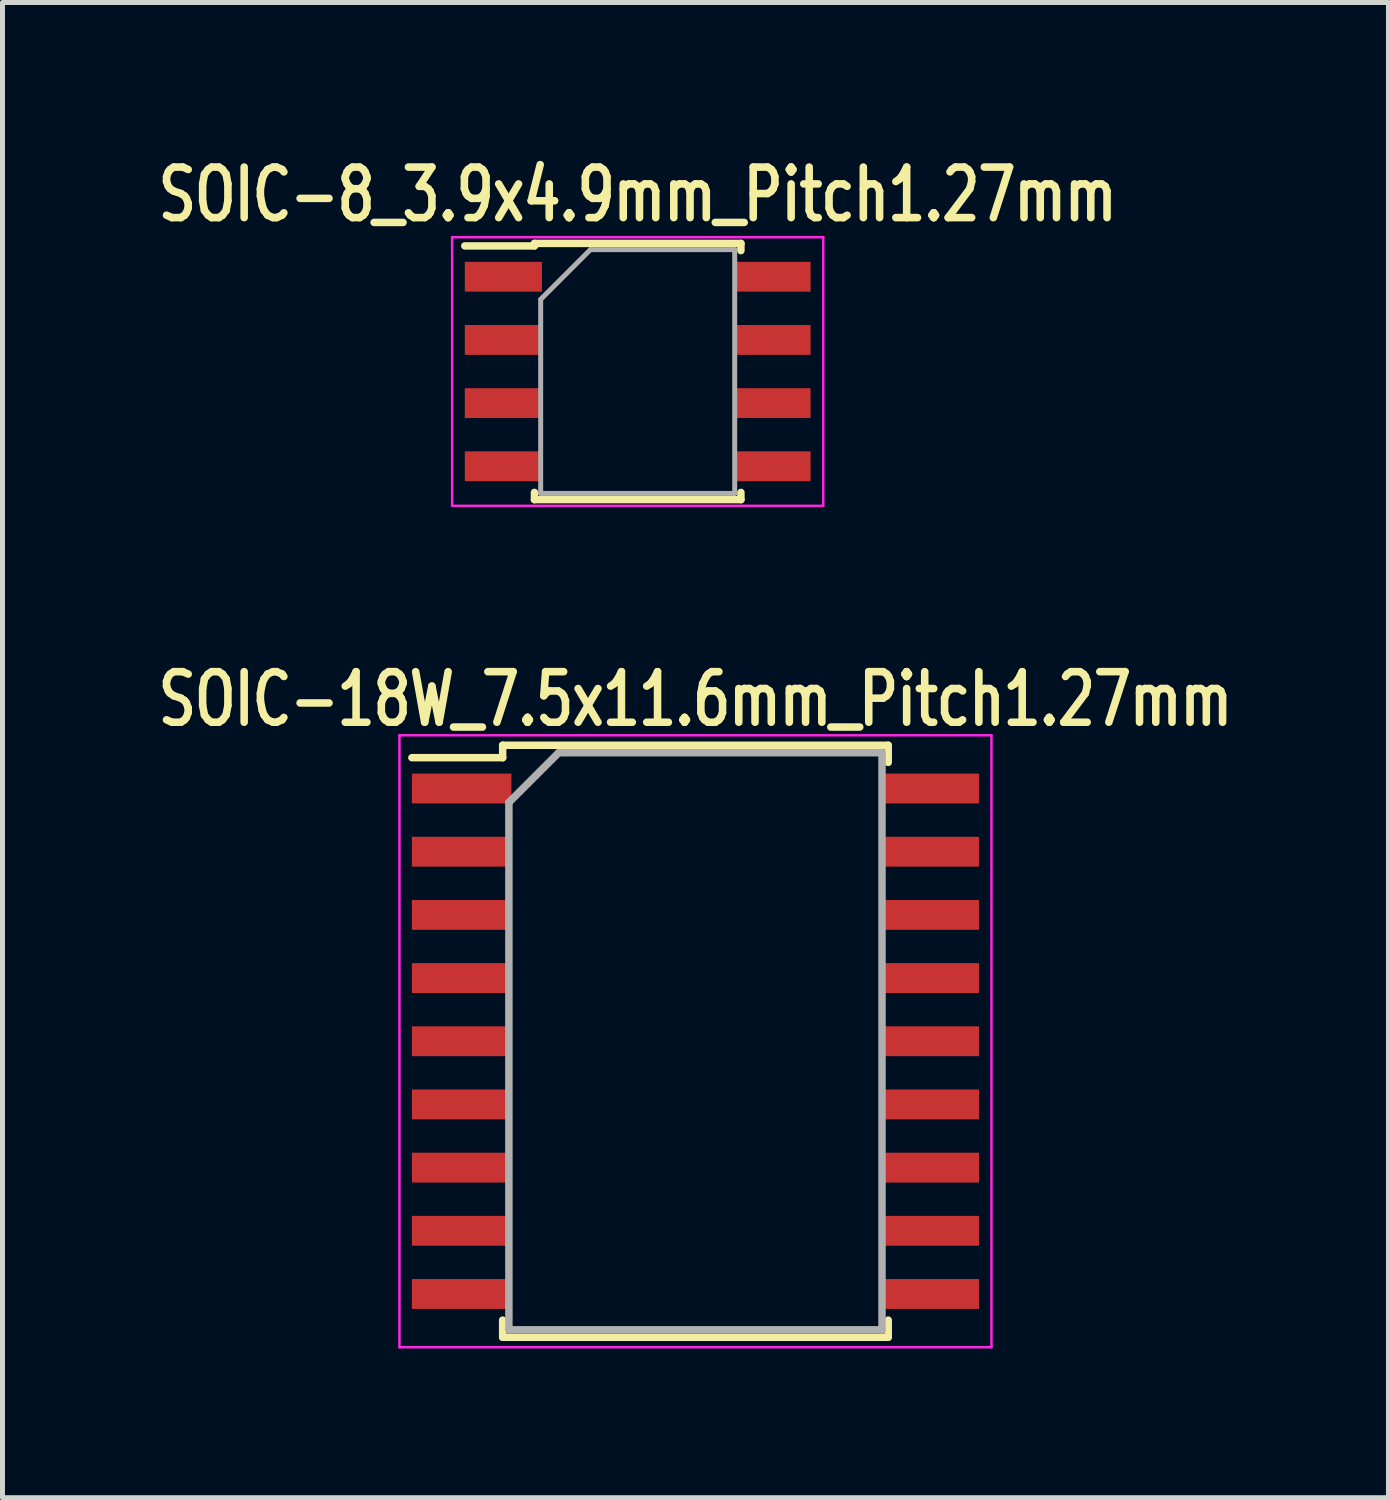
<source format=kicad_pcb>
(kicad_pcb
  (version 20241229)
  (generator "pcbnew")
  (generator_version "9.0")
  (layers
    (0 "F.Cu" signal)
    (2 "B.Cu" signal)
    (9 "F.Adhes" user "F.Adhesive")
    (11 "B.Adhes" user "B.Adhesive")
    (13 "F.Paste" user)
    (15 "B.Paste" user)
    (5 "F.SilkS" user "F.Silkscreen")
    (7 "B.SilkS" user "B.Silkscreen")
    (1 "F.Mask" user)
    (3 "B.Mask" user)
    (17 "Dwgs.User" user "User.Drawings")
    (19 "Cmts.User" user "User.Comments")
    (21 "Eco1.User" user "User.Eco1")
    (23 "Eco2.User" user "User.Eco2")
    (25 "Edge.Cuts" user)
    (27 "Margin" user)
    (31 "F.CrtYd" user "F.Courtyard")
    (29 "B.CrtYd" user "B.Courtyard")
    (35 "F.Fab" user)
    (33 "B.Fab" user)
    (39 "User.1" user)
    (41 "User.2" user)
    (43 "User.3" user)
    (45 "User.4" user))
  (footprint "SOIC-18W_7.5x11.6mm_Pitch1.27mm"
    (layer "F.Cu")
    (at 10.929 17.88)
    (property "Reference" "SOIC-18W_7.5x11.6mm_Pitch1.27mm" (at 0 -6.875 0) (layer "F.SilkS") (effects (font (size 1.016 0.762) (thickness 0.152))))
    (attr smd)
    (fp_line (start -3.875 -5.95) (end -3.875 -5.7) (stroke (width 0.15) (type solid)) (layer "F.SilkS"))
    (fp_line (start -3.875 -5.95) (end 3.875 -5.95) (stroke (width 0.15) (type solid)) (layer "F.SilkS"))
    (fp_line (start -3.875 -5.7) (end -5.7 -5.7) (stroke (width 0.15) (type solid)) (layer "F.SilkS"))
    (fp_line (start -3.875 5.95) (end -3.875 5.605) (stroke (width 0.15) (type solid)) (layer "F.SilkS"))
    (fp_line (start -3.875 5.95) (end 3.875 5.95) (stroke (width 0.15) (type solid)) (layer "F.SilkS"))
    (fp_line (start 3.875 -5.95) (end 3.875 -5.605) (stroke (width 0.15) (type solid)) (layer "F.SilkS"))
    (fp_line (start 3.875 5.95) (end 3.875 5.605) (stroke (width 0.15) (type solid)) (layer "F.SilkS"))
    (fp_line (start -5.95 -6.15) (end -5.95 6.15) (stroke (width 0.05) (type solid)) (layer "F.CrtYd"))
    (fp_line (start -5.95 -6.15) (end 5.95 -6.15) (stroke (width 0.05) (type solid)) (layer "F.CrtYd"))
    (fp_line (start -5.95 6.15) (end 5.95 6.15) (stroke (width 0.05) (type solid)) (layer "F.CrtYd"))
    (fp_line (start 5.95 -6.15) (end 5.95 6.15) (stroke (width 0.05) (type solid)) (layer "F.CrtYd"))
    (fp_line (start -3.75 -4.8) (end -2.75 -5.8) (stroke (width 0.15) (type solid)) (layer "F.Fab"))
    (fp_line (start -3.75 5.8) (end -3.75 -4.8) (stroke (width 0.15) (type solid)) (layer "F.Fab"))
    (fp_line (start -2.75 -5.8) (end 3.75 -5.8) (stroke (width 0.15) (type solid)) (layer "F.Fab"))
    (fp_line (start 3.75 -5.8) (end 3.75 5.8) (stroke (width 0.15) (type solid)) (layer "F.Fab"))
    (fp_line (start 3.75 5.8) (end -3.75 5.8) (stroke (width 0.15) (type solid)) (layer "F.Fab"))
    (pad "1" smd rect (at -4.7 -5.08) (size 2 0.6) (layers "F.Cu" "F.Mask" "F.Paste"))
    (pad "2" smd rect (at -4.7 -3.81) (size 2 0.6) (layers "F.Cu" "F.Mask" "F.Paste"))
    (pad "3" smd rect (at -4.7 -2.54) (size 2 0.6) (layers "F.Cu" "F.Mask" "F.Paste"))
    (pad "4" smd rect (at -4.7 -1.27) (size 2 0.6) (layers "F.Cu" "F.Mask" "F.Paste"))
    (pad "5" smd rect (at -4.7 0) (size 2 0.6) (layers "F.Cu" "F.Mask" "F.Paste"))
    (pad "6" smd rect (at -4.7 1.27) (size 2 0.6) (layers "F.Cu" "F.Mask" "F.Paste"))
    (pad "7" smd rect (at -4.7 2.54) (size 2 0.6) (layers "F.Cu" "F.Mask" "F.Paste"))
    (pad "8" smd rect (at -4.7 3.81) (size 2 0.6) (layers "F.Cu" "F.Mask" "F.Paste"))
    (pad "9" smd rect (at -4.7 5.08) (size 2 0.6) (layers "F.Cu" "F.Mask" "F.Paste"))
    (pad "10" smd rect (at 4.7 5.08) (size 2 0.6) (layers "F.Cu" "F.Mask" "F.Paste"))
    (pad "11" smd rect (at 4.7 3.81) (size 2 0.6) (layers "F.Cu" "F.Mask" "F.Paste"))
    (pad "12" smd rect (at 4.7 2.54) (size 2 0.6) (layers "F.Cu" "F.Mask" "F.Paste"))
    (pad "13" smd rect (at 4.7 1.27) (size 2 0.6) (layers "F.Cu" "F.Mask" "F.Paste"))
    (pad "14" smd rect (at 4.7 0) (size 2 0.6) (layers "F.Cu" "F.Mask" "F.Paste"))
    (pad "15" smd rect (at 4.7 -1.27) (size 2 0.6) (layers "F.Cu" "F.Mask" "F.Paste"))
    (pad "16" smd rect (at 4.7 -2.54) (size 2 0.6) (layers "F.Cu" "F.Mask" "F.Paste"))
    (pad "17" smd rect (at 4.7 -3.81) (size 2 0.6) (layers "F.Cu" "F.Mask" "F.Paste"))
    (pad "18" smd rect (at 4.7 -5.08) (size 2 0.6) (layers "F.Cu" "F.Mask" "F.Paste")))
  (footprint "SOIC-8_3.9x4.9mm_Pitch1.27mm"
    (layer "F.Cu")
    (at 9.768 4.418)
    (property "Reference" "SOIC-8_3.9x4.9mm_Pitch1.27mm" (at 0 -3.556 0) (layer "F.SilkS") (effects (font (size 1.016 0.762) (thickness 0.152))))
    (attr smd)
    (fp_line (start -2.075 -2.575) (end -2.075 -2.525) (stroke (width 0.15) (type solid)) (layer "F.SilkS"))
    (fp_line (start -2.075 -2.575) (end 2.075 -2.575) (stroke (width 0.15) (type solid)) (layer "F.SilkS"))
    (fp_line (start -2.075 -2.525) (end -3.475 -2.525) (stroke (width 0.15) (type solid)) (layer "F.SilkS"))
    (fp_line (start -2.075 2.575) (end -2.075 2.43) (stroke (width 0.15) (type solid)) (layer "F.SilkS"))
    (fp_line (start -2.075 2.575) (end 2.075 2.575) (stroke (width 0.15) (type solid)) (layer "F.SilkS"))
    (fp_line (start 2.075 -2.575) (end 2.075 -2.43) (stroke (width 0.15) (type solid)) (layer "F.SilkS"))
    (fp_line (start 2.075 2.575) (end 2.075 2.43) (stroke (width 0.15) (type solid)) (layer "F.SilkS"))
    (fp_line (start -3.73 -2.7) (end -3.73 2.7) (stroke (width 0.05) (type solid)) (layer "F.CrtYd"))
    (fp_line (start -3.73 -2.7) (end 3.73 -2.7) (stroke (width 0.05) (type solid)) (layer "F.CrtYd"))
    (fp_line (start -3.73 2.7) (end 3.73 2.7) (stroke (width 0.05) (type solid)) (layer "F.CrtYd"))
    (fp_line (start 3.73 -2.7) (end 3.73 2.7) (stroke (width 0.05) (type solid)) (layer "F.CrtYd"))
    (fp_line (start -1.95 -1.45) (end -0.95 -2.45) (stroke (width 0.1) (type solid)) (layer "F.Fab"))
    (fp_line (start -1.95 2.45) (end -1.95 -1.45) (stroke (width 0.1) (type solid)) (layer "F.Fab"))
    (fp_line (start -0.95 -2.45) (end 1.95 -2.45) (stroke (width 0.1) (type solid)) (layer "F.Fab"))
    (fp_line (start 1.95 -2.45) (end 1.95 2.45) (stroke (width 0.1) (type solid)) (layer "F.Fab"))
    (fp_line (start 1.95 2.45) (end -1.95 2.45) (stroke (width 0.1) (type solid)) (layer "F.Fab"))
    (pad "1" smd rect (at -2.7 -1.905) (size 1.55 0.6) (layers "F.Cu" "F.Mask" "F.Paste"))
    (pad "2" smd rect (at -2.7 -0.635) (size 1.55 0.6) (layers "F.Cu" "F.Mask" "F.Paste"))
    (pad "3" smd rect (at -2.7 0.635) (size 1.55 0.6) (layers "F.Cu" "F.Mask" "F.Paste"))
    (pad "4" smd rect (at -2.7 1.905) (size 1.55 0.6) (layers "F.Cu" "F.Mask" "F.Paste"))
    (pad "5" smd rect (at 2.7 1.905) (size 1.55 0.6) (layers "F.Cu" "F.Mask" "F.Paste"))
    (pad "6" smd rect (at 2.7 0.635) (size 1.55 0.6) (layers "F.Cu" "F.Mask" "F.Paste"))
    (pad "7" smd rect (at 2.7 -0.635) (size 1.55 0.6) (layers "F.Cu" "F.Mask" "F.Paste"))
    (pad "8" smd rect (at 2.7 -1.905) (size 1.55 0.6) (layers "F.Cu" "F.Mask" "F.Paste")))
  (gr_rect
    (start -3 -3)
    (end 24.859 27.055)
    (stroke (width 0.1) (type default))
    (fill no)
    (layer "Edge.Cuts")))
</source>
